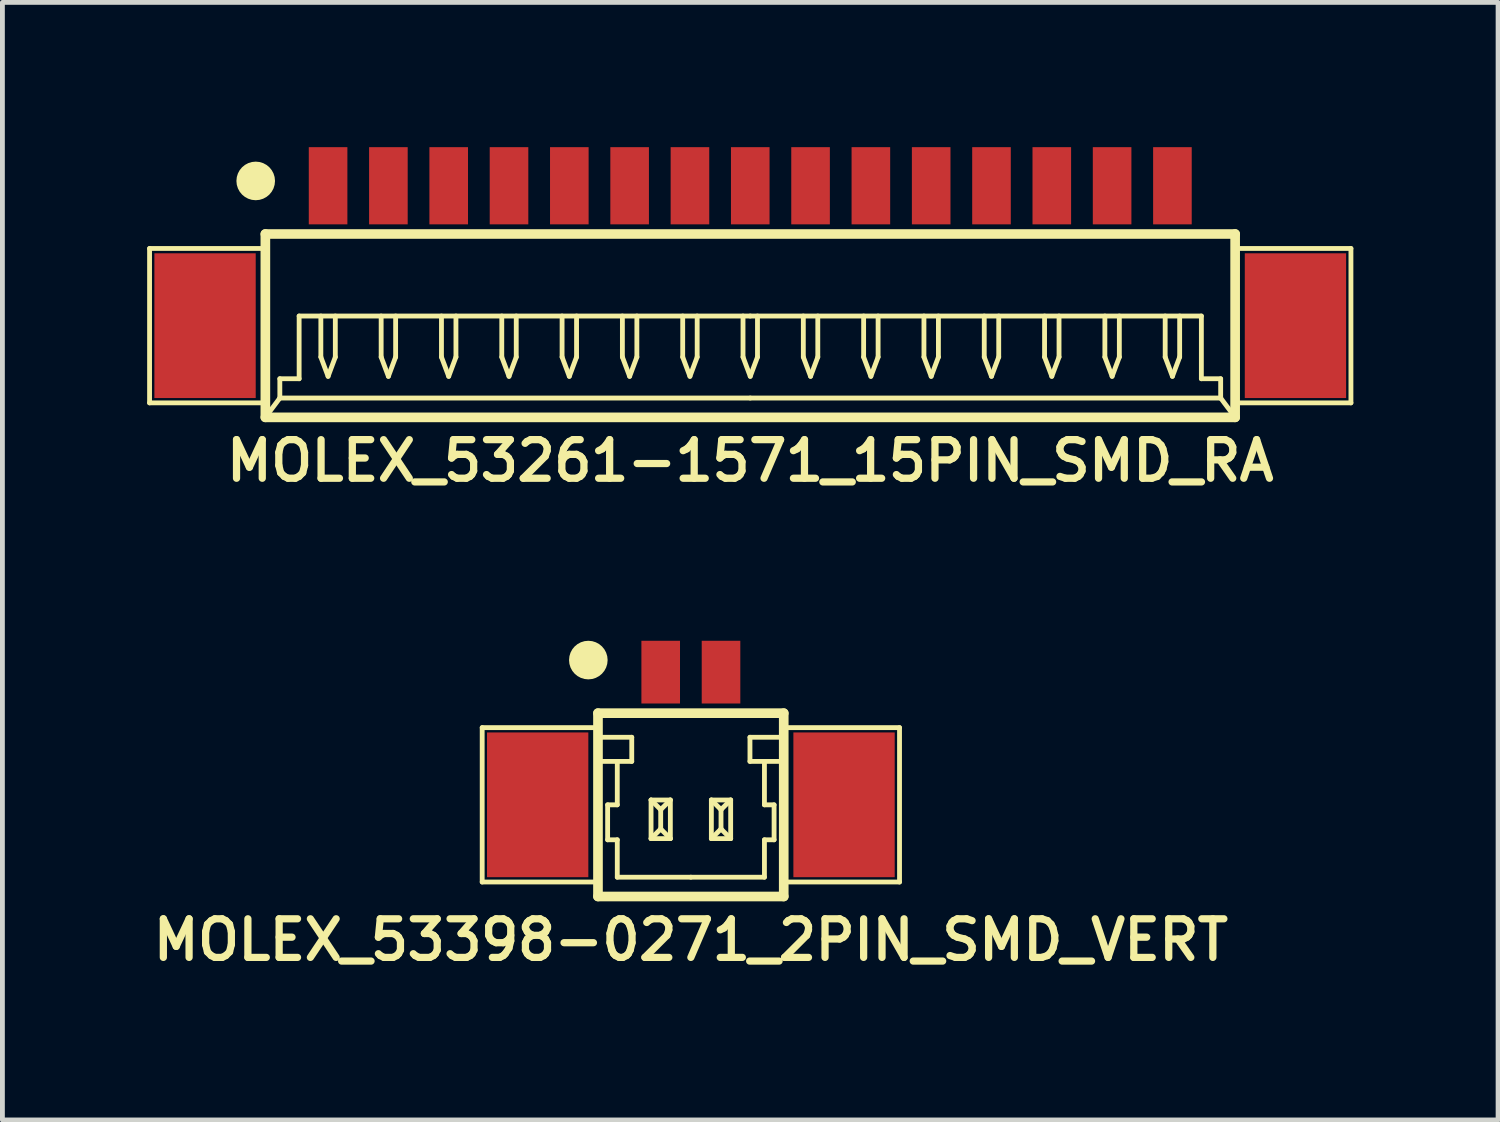
<source format=kicad_pcb>
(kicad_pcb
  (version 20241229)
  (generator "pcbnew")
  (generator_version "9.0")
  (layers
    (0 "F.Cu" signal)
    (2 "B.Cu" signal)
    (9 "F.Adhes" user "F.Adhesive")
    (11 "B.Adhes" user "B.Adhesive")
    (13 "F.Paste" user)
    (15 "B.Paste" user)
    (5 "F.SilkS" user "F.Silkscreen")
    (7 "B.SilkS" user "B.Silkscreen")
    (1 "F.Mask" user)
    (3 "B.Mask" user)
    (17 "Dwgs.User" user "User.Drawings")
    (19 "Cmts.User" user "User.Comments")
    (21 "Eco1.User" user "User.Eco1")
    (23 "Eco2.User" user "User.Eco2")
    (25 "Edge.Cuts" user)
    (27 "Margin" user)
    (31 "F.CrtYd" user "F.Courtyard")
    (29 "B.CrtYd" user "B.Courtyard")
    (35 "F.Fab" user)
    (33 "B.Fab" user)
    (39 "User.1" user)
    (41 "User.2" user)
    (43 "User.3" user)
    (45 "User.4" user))
  (footprint "MOLEX_53398-0271_2PIN_SMD_VERT"
    (layer "F.Cu")
    (at 11.269 13.631)
    (property "Reference" "MOLEX_53398-0271_2PIN_SMD_VERT" (at 0 2.8 0) (layer "F.SilkS") (effects (font (size 0.8 0.8) (thickness 0.15))))
    (attr through_hole)
    (fp_line (start -4.325 -1.6) (end -1.925 -1.6) (stroke (width 0.1) (type solid)) (layer "F.SilkS"))
    (fp_line (start -4.325 1.6) (end -4.325 -1.6) (stroke (width 0.1) (type solid)) (layer "F.SilkS"))
    (fp_line (start -1.925 -1.9) (end -1.925 1.9) (stroke (width 0.2) (type solid)) (layer "F.SilkS"))
    (fp_line (start -1.925 -1.9) (end 1.925 -1.9) (stroke (width 0.2) (type solid)) (layer "F.SilkS"))
    (fp_line (start -1.925 -0.9) (end -1.225 -0.9) (stroke (width 0.1) (type solid)) (layer "F.SilkS"))
    (fp_line (start -1.925 1.6) (end -4.325 1.6) (stroke (width 0.1) (type solid)) (layer "F.SilkS"))
    (fp_line (start -1.925 1.9) (end 1.925 1.9) (stroke (width 0.2) (type solid)) (layer "F.SilkS"))
    (fp_line (start -1.725 0) (end -1.525 0) (stroke (width 0.1) (type solid)) (layer "F.SilkS"))
    (fp_line (start -1.725 0.725) (end -1.725 0) (stroke (width 0.1) (type solid)) (layer "F.SilkS"))
    (fp_line (start -1.525 0) (end -1.525 -0.9) (stroke (width 0.1) (type solid)) (layer "F.SilkS"))
    (fp_line (start -1.525 0.725) (end -1.725 0.725) (stroke (width 0.1) (type solid)) (layer "F.SilkS"))
    (fp_line (start -1.525 1.5) (end -1.525 0.725) (stroke (width 0.1) (type solid)) (layer "F.SilkS"))
    (fp_line (start -1.225 -1.4) (end -1.925 -1.4) (stroke (width 0.1) (type solid)) (layer "F.SilkS"))
    (fp_line (start -1.225 -0.9) (end -1.225 -1.4) (stroke (width 0.1) (type solid)) (layer "F.SilkS"))
    (fp_line (start -0.825 -0.1) (end -0.825 0.7) (stroke (width 0.1) (type solid)) (layer "F.SilkS"))
    (fp_line (start -0.825 -0.1) (end -0.625 0.1) (stroke (width 0.1) (type solid)) (layer "F.SilkS"))
    (fp_line (start -0.825 -0.1) (end -0.425 -0.1) (stroke (width 0.1) (type solid)) (layer "F.SilkS"))
    (fp_line (start -0.825 0.7) (end -0.625 0.5) (stroke (width 0.1) (type solid)) (layer "F.SilkS"))
    (fp_line (start -0.825 0.7) (end -0.425 0.7) (stroke (width 0.1) (type solid)) (layer "F.SilkS"))
    (fp_line (start -0.625 0.1) (end -0.425 -0.1) (stroke (width 0.1) (type solid)) (layer "F.SilkS"))
    (fp_line (start -0.625 0.5) (end -0.625 0.1) (stroke (width 0.1) (type solid)) (layer "F.SilkS"))
    (fp_line (start -0.625 0.5) (end -0.425 0.7) (stroke (width 0.1) (type solid)) (layer "F.SilkS"))
    (fp_line (start -0.425 -0.1) (end -0.425 0.7) (stroke (width 0.1) (type solid)) (layer "F.SilkS"))
    (fp_line (start 0 1.5) (end -1.525 1.5) (stroke (width 0.1) (type solid)) (layer "F.SilkS"))
    (fp_line (start 0 1.5) (end 1.525 1.5) (stroke (width 0.1) (type solid)) (layer "F.SilkS"))
    (fp_line (start 0.425 -0.1) (end 0.425 0.7) (stroke (width 0.1) (type solid)) (layer "F.SilkS"))
    (fp_line (start 0.425 -0.1) (end 0.625 0.1) (stroke (width 0.1) (type solid)) (layer "F.SilkS"))
    (fp_line (start 0.425 -0.1) (end 0.825 -0.1) (stroke (width 0.1) (type solid)) (layer "F.SilkS"))
    (fp_line (start 0.425 0.7) (end 0.625 0.5) (stroke (width 0.1) (type solid)) (layer "F.SilkS"))
    (fp_line (start 0.425 0.7) (end 0.825 0.7) (stroke (width 0.1) (type solid)) (layer "F.SilkS"))
    (fp_line (start 0.625 0.1) (end 0.825 -0.1) (stroke (width 0.1) (type solid)) (layer "F.SilkS"))
    (fp_line (start 0.625 0.5) (end 0.625 0.1) (stroke (width 0.1) (type solid)) (layer "F.SilkS"))
    (fp_line (start 0.625 0.5) (end 0.825 0.7) (stroke (width 0.1) (type solid)) (layer "F.SilkS"))
    (fp_line (start 0.825 -0.1) (end 0.825 0.7) (stroke (width 0.1) (type solid)) (layer "F.SilkS"))
    (fp_line (start 1.225 -1.4) (end 1.925 -1.4) (stroke (width 0.1) (type solid)) (layer "F.SilkS"))
    (fp_line (start 1.225 -0.9) (end 1.225 -1.4) (stroke (width 0.1) (type solid)) (layer "F.SilkS"))
    (fp_line (start 1.525 0) (end 1.525 -0.9) (stroke (width 0.1) (type solid)) (layer "F.SilkS"))
    (fp_line (start 1.525 0.725) (end 1.725 0.725) (stroke (width 0.1) (type solid)) (layer "F.SilkS"))
    (fp_line (start 1.525 1.5) (end 1.525 0.725) (stroke (width 0.1) (type solid)) (layer "F.SilkS"))
    (fp_line (start 1.725 0) (end 1.525 0) (stroke (width 0.1) (type solid)) (layer "F.SilkS"))
    (fp_line (start 1.725 0.725) (end 1.725 0) (stroke (width 0.1) (type solid)) (layer "F.SilkS"))
    (fp_line (start 1.925 -1.9) (end 1.925 1.9) (stroke (width 0.2) (type solid)) (layer "F.SilkS"))
    (fp_line (start 1.925 -0.9) (end 1.225 -0.9) (stroke (width 0.1) (type solid)) (layer "F.SilkS"))
    (fp_line (start 1.925 1.6) (end 4.325 1.6) (stroke (width 0.1) (type solid)) (layer "F.SilkS"))
    (fp_line (start 4.325 -1.6) (end 1.925 -1.6) (stroke (width 0.1) (type solid)) (layer "F.SilkS"))
    (fp_line (start 4.325 1.6) (end 4.325 -1.6) (stroke (width 0.1) (type solid)) (layer "F.SilkS"))
    (fp_circle (center -2.125 -3) (end -2.125 -2.8) (stroke (width 0.4) (type solid)) (fill no) (layer "F.SilkS"))
    (pad "" smd rect (at -3.175 0) (size 2.1 3) (layers "F.Cu" "F.Mask"))
    (pad "" smd rect (at 3.175 0) (size 2.1 3) (layers "F.Cu" "F.Mask"))
    (pad "1" smd rect (at -0.625 -2.75) (size 0.8 1.3) (layers "F.Cu" "F.Mask"))
    (pad "2" smd rect (at 0.625 -2.75) (size 0.8 1.3) (layers "F.Cu" "F.Mask")))
  (footprint "MOLEX_53261-1571_15PIN_SMD_RA"
    (layer "F.Cu")
    (at 12.5 3.7)
    (property "Reference" "MOLEX_53261-1571_15PIN_SMD_RA" (at 0 2.8 0) (layer "F.SilkS") (effects (font (size 0.8 0.8) (thickness 0.15))))
    (attr through_hole)
    (fp_line (start -12.45 -1.6) (end -10.05 -1.6) (stroke (width 0.1) (type solid)) (layer "F.SilkS"))
    (fp_line (start -12.45 1.6) (end -12.45 -1.6) (stroke (width 0.1) (type solid)) (layer "F.SilkS"))
    (fp_line (start -10.05 -1.9) (end -10.05 1.9) (stroke (width 0.2) (type solid)) (layer "F.SilkS"))
    (fp_line (start -10.05 -1.9) (end 10.05 -1.9) (stroke (width 0.2) (type solid)) (layer "F.SilkS"))
    (fp_line (start -10.05 1.6) (end -12.45 1.6) (stroke (width 0.1) (type solid)) (layer "F.SilkS"))
    (fp_line (start -10.05 1.9) (end 10.05 1.9) (stroke (width 0.2) (type solid)) (layer "F.SilkS"))
    (fp_line (start -9.75 1.1) (end -9.75 1.5) (stroke (width 0.1) (type solid)) (layer "F.SilkS"))
    (fp_line (start -9.75 1.5) (end -10.05 1.9) (stroke (width 0.1) (type solid)) (layer "F.SilkS"))
    (fp_line (start -9.75 1.5) (end 0 1.5) (stroke (width 0.1) (type solid)) (layer "F.SilkS"))
    (fp_line (start -9.35 -0.2) (end -9.35 1.1) (stroke (width 0.1) (type solid)) (layer "F.SilkS"))
    (fp_line (start -9.35 1.1) (end -9.75 1.1) (stroke (width 0.1) (type solid)) (layer "F.SilkS"))
    (fp_line (start -8.9 -0.2) (end -8.9 0.65) (stroke (width 0.1) (type solid)) (layer "F.SilkS"))
    (fp_line (start -8.9 0.65) (end -8.75 1.05) (stroke (width 0.1) (type solid)) (layer "F.SilkS"))
    (fp_line (start -8.75 1.05) (end -8.6 0.65) (stroke (width 0.1) (type solid)) (layer "F.SilkS"))
    (fp_line (start -8.6 0.65) (end -8.6 -0.2) (stroke (width 0.1) (type solid)) (layer "F.SilkS"))
    (fp_line (start -7.65 -0.2) (end -7.65 0.65) (stroke (width 0.1) (type solid)) (layer "F.SilkS"))
    (fp_line (start -7.65 0.65) (end -7.5 1.05) (stroke (width 0.1) (type solid)) (layer "F.SilkS"))
    (fp_line (start -7.5 1.05) (end -7.35 0.65) (stroke (width 0.1) (type solid)) (layer "F.SilkS"))
    (fp_line (start -7.35 0.65) (end -7.35 -0.2) (stroke (width 0.1) (type solid)) (layer "F.SilkS"))
    (fp_line (start -6.4 -0.2) (end -6.4 0.65) (stroke (width 0.1) (type solid)) (layer "F.SilkS"))
    (fp_line (start -6.4 0.65) (end -6.25 1.05) (stroke (width 0.1) (type solid)) (layer "F.SilkS"))
    (fp_line (start -6.25 1.05) (end -6.1 0.65) (stroke (width 0.1) (type solid)) (layer "F.SilkS"))
    (fp_line (start -6.1 0.65) (end -6.1 -0.2) (stroke (width 0.1) (type solid)) (layer "F.SilkS"))
    (fp_line (start -5.15 -0.2) (end -5.15 0.65) (stroke (width 0.1) (type solid)) (layer "F.SilkS"))
    (fp_line (start -5.15 0.65) (end -5 1.05) (stroke (width 0.1) (type solid)) (layer "F.SilkS"))
    (fp_line (start -5 1.05) (end -4.85 0.65) (stroke (width 0.1) (type solid)) (layer "F.SilkS"))
    (fp_line (start -4.85 0.65) (end -4.85 -0.2) (stroke (width 0.1) (type solid)) (layer "F.SilkS"))
    (fp_line (start -3.9 -0.2) (end -3.9 0.65) (stroke (width 0.1) (type solid)) (layer "F.SilkS"))
    (fp_line (start -3.9 0.65) (end -3.75 1.05) (stroke (width 0.1) (type solid)) (layer "F.SilkS"))
    (fp_line (start -3.75 1.05) (end -3.6 0.65) (stroke (width 0.1) (type solid)) (layer "F.SilkS"))
    (fp_line (start -3.6 0.65) (end -3.6 -0.2) (stroke (width 0.1) (type solid)) (layer "F.SilkS"))
    (fp_line (start -2.65 -0.2) (end -2.65 0.65) (stroke (width 0.1) (type solid)) (layer "F.SilkS"))
    (fp_line (start -2.65 0.65) (end -2.5 1.05) (stroke (width 0.1) (type solid)) (layer "F.SilkS"))
    (fp_line (start -2.5 1.05) (end -2.35 0.65) (stroke (width 0.1) (type solid)) (layer "F.SilkS"))
    (fp_line (start -2.35 0.65) (end -2.35 -0.2) (stroke (width 0.1) (type solid)) (layer "F.SilkS"))
    (fp_line (start -1.4 -0.2) (end -1.4 0.65) (stroke (width 0.1) (type solid)) (layer "F.SilkS"))
    (fp_line (start -1.4 0.65) (end -1.25 1.05) (stroke (width 0.1) (type solid)) (layer "F.SilkS"))
    (fp_line (start -1.25 1.05) (end -1.1 0.65) (stroke (width 0.1) (type solid)) (layer "F.SilkS"))
    (fp_line (start -1.1 0.65) (end -1.1 -0.2) (stroke (width 0.1) (type solid)) (layer "F.SilkS"))
    (fp_line (start -0.15 -0.2) (end -0.15 0.65) (stroke (width 0.1) (type solid)) (layer "F.SilkS"))
    (fp_line (start -0.15 0.65) (end 0 1.05) (stroke (width 0.1) (type solid)) (layer "F.SilkS"))
    (fp_line (start 0 -0.2) (end -9.35 -0.2) (stroke (width 0.1) (type solid)) (layer "F.SilkS"))
    (fp_line (start 0 -0.2) (end 9.35 -0.2) (stroke (width 0.1) (type solid)) (layer "F.SilkS"))
    (fp_line (start 0 1.05) (end 0.15 0.65) (stroke (width 0.1) (type solid)) (layer "F.SilkS"))
    (fp_line (start 0.15 0.65) (end 0.15 -0.2) (stroke (width 0.1) (type solid)) (layer "F.SilkS"))
    (fp_line (start 1.1 -0.2) (end 1.1 0.65) (stroke (width 0.1) (type solid)) (layer "F.SilkS"))
    (fp_line (start 1.1 0.65) (end 1.25 1.05) (stroke (width 0.1) (type solid)) (layer "F.SilkS"))
    (fp_line (start 1.25 1.05) (end 1.4 0.65) (stroke (width 0.1) (type solid)) (layer "F.SilkS"))
    (fp_line (start 1.4 0.65) (end 1.4 -0.2) (stroke (width 0.1) (type solid)) (layer "F.SilkS"))
    (fp_line (start 2.35 -0.2) (end 2.35 0.65) (stroke (width 0.1) (type solid)) (layer "F.SilkS"))
    (fp_line (start 2.35 0.65) (end 2.5 1.05) (stroke (width 0.1) (type solid)) (layer "F.SilkS"))
    (fp_line (start 2.5 1.05) (end 2.65 0.65) (stroke (width 0.1) (type solid)) (layer "F.SilkS"))
    (fp_line (start 2.65 0.65) (end 2.65 -0.2) (stroke (width 0.1) (type solid)) (layer "F.SilkS"))
    (fp_line (start 3.6 -0.2) (end 3.6 0.65) (stroke (width 0.1) (type solid)) (layer "F.SilkS"))
    (fp_line (start 3.6 0.65) (end 3.75 1.05) (stroke (width 0.1) (type solid)) (layer "F.SilkS"))
    (fp_line (start 3.75 1.05) (end 3.9 0.65) (stroke (width 0.1) (type solid)) (layer "F.SilkS"))
    (fp_line (start 3.9 0.65) (end 3.9 -0.2) (stroke (width 0.1) (type solid)) (layer "F.SilkS"))
    (fp_line (start 4.85 -0.2) (end 4.85 0.65) (stroke (width 0.1) (type solid)) (layer "F.SilkS"))
    (fp_line (start 4.85 0.65) (end 5 1.05) (stroke (width 0.1) (type solid)) (layer "F.SilkS"))
    (fp_line (start 5 1.05) (end 5.15 0.65) (stroke (width 0.1) (type solid)) (layer "F.SilkS"))
    (fp_line (start 5.15 0.65) (end 5.15 -0.2) (stroke (width 0.1) (type solid)) (layer "F.SilkS"))
    (fp_line (start 6.1 -0.2) (end 6.1 0.65) (stroke (width 0.1) (type solid)) (layer "F.SilkS"))
    (fp_line (start 6.1 0.65) (end 6.25 1.05) (stroke (width 0.1) (type solid)) (layer "F.SilkS"))
    (fp_line (start 6.25 1.05) (end 6.4 0.65) (stroke (width 0.1) (type solid)) (layer "F.SilkS"))
    (fp_line (start 6.4 0.65) (end 6.4 -0.2) (stroke (width 0.1) (type solid)) (layer "F.SilkS"))
    (fp_line (start 7.35 -0.2) (end 7.35 0.65) (stroke (width 0.1) (type solid)) (layer "F.SilkS"))
    (fp_line (start 7.35 0.65) (end 7.5 1.05) (stroke (width 0.1) (type solid)) (layer "F.SilkS"))
    (fp_line (start 7.5 1.05) (end 7.65 0.65) (stroke (width 0.1) (type solid)) (layer "F.SilkS"))
    (fp_line (start 7.65 0.65) (end 7.65 -0.2) (stroke (width 0.1) (type solid)) (layer "F.SilkS"))
    (fp_line (start 8.6 -0.2) (end 8.6 0.65) (stroke (width 0.1) (type solid)) (layer "F.SilkS"))
    (fp_line (start 8.6 0.65) (end 8.75 1.05) (stroke (width 0.1) (type solid)) (layer "F.SilkS"))
    (fp_line (start 8.75 1.05) (end 8.9 0.65) (stroke (width 0.1) (type solid)) (layer "F.SilkS"))
    (fp_line (start 8.9 0.65) (end 8.9 -0.2) (stroke (width 0.1) (type solid)) (layer "F.SilkS"))
    (fp_line (start 9.35 -0.2) (end 9.35 1.1) (stroke (width 0.1) (type solid)) (layer "F.SilkS"))
    (fp_line (start 9.35 1.1) (end 9.75 1.1) (stroke (width 0.1) (type solid)) (layer "F.SilkS"))
    (fp_line (start 9.75 1.1) (end 9.75 1.5) (stroke (width 0.1) (type solid)) (layer "F.SilkS"))
    (fp_line (start 9.75 1.5) (end 0 1.5) (stroke (width 0.1) (type solid)) (layer "F.SilkS"))
    (fp_line (start 9.75 1.5) (end 10.05 1.9) (stroke (width 0.1) (type solid)) (layer "F.SilkS"))
    (fp_line (start 10.05 -1.9) (end 10.05 1.9) (stroke (width 0.2) (type solid)) (layer "F.SilkS"))
    (fp_line (start 10.05 1.6) (end 12.45 1.6) (stroke (width 0.1) (type solid)) (layer "F.SilkS"))
    (fp_line (start 12.45 -1.6) (end 10.05 -1.6) (stroke (width 0.1) (type solid)) (layer "F.SilkS"))
    (fp_line (start 12.45 1.6) (end 12.45 -1.6) (stroke (width 0.1) (type solid)) (layer "F.SilkS"))
    (fp_circle (center -10.25 -3) (end -10.25 -2.8) (stroke (width 0.4) (type solid)) (fill no) (layer "F.SilkS"))
    (pad "" smd rect (at -11.3 0) (size 2.1 3) (layers "F.Cu" "F.Mask"))
    (pad "" smd rect (at 11.3 0) (size 2.1 3) (layers "F.Cu" "F.Mask"))
    (pad "1" smd rect (at -8.75 -2.9) (size 0.8 1.6) (layers "F.Cu" "F.Mask"))
    (pad "2" smd rect (at -7.5 -2.9) (size 0.8 1.6) (layers "F.Cu" "F.Mask"))
    (pad "3" smd rect (at -6.25 -2.9) (size 0.8 1.6) (layers "F.Cu" "F.Mask"))
    (pad "4" smd rect (at -5 -2.9) (size 0.8 1.6) (layers "F.Cu" "F.Mask"))
    (pad "5" smd rect (at -3.75 -2.9) (size 0.8 1.6) (layers "F.Cu" "F.Mask"))
    (pad "6" smd rect (at -2.5 -2.9) (size 0.8 1.6) (layers "F.Cu" "F.Mask"))
    (pad "7" smd rect (at -1.25 -2.9) (size 0.8 1.6) (layers "F.Cu" "F.Mask"))
    (pad "8" smd rect (at 0 -2.9) (size 0.8 1.6) (layers "F.Cu" "F.Mask"))
    (pad "9" smd rect (at 1.25 -2.9) (size 0.8 1.6) (layers "F.Cu" "F.Mask"))
    (pad "10" smd rect (at 2.5 -2.9) (size 0.8 1.6) (layers "F.Cu" "F.Mask"))
    (pad "11" smd rect (at 3.75 -2.9) (size 0.8 1.6) (layers "F.Cu" "F.Mask"))
    (pad "12" smd rect (at 5 -2.9) (size 0.8 1.6) (layers "F.Cu" "F.Mask"))
    (pad "13" smd rect (at 6.25 -2.9) (size 0.8 1.6) (layers "F.Cu" "F.Mask"))
    (pad "14" smd rect (at 7.5 -2.9) (size 0.8 1.6) (layers "F.Cu" "F.Mask"))
    (pad "15" smd rect (at 8.75 -2.9) (size 0.8 1.6) (layers "F.Cu" "F.Mask")))
  (gr_rect
    (start -3 -3)
    (end 28 20.163)
    (stroke (width 0.1) (type default))
    (fill no)
    (layer "Edge.Cuts")))
</source>
